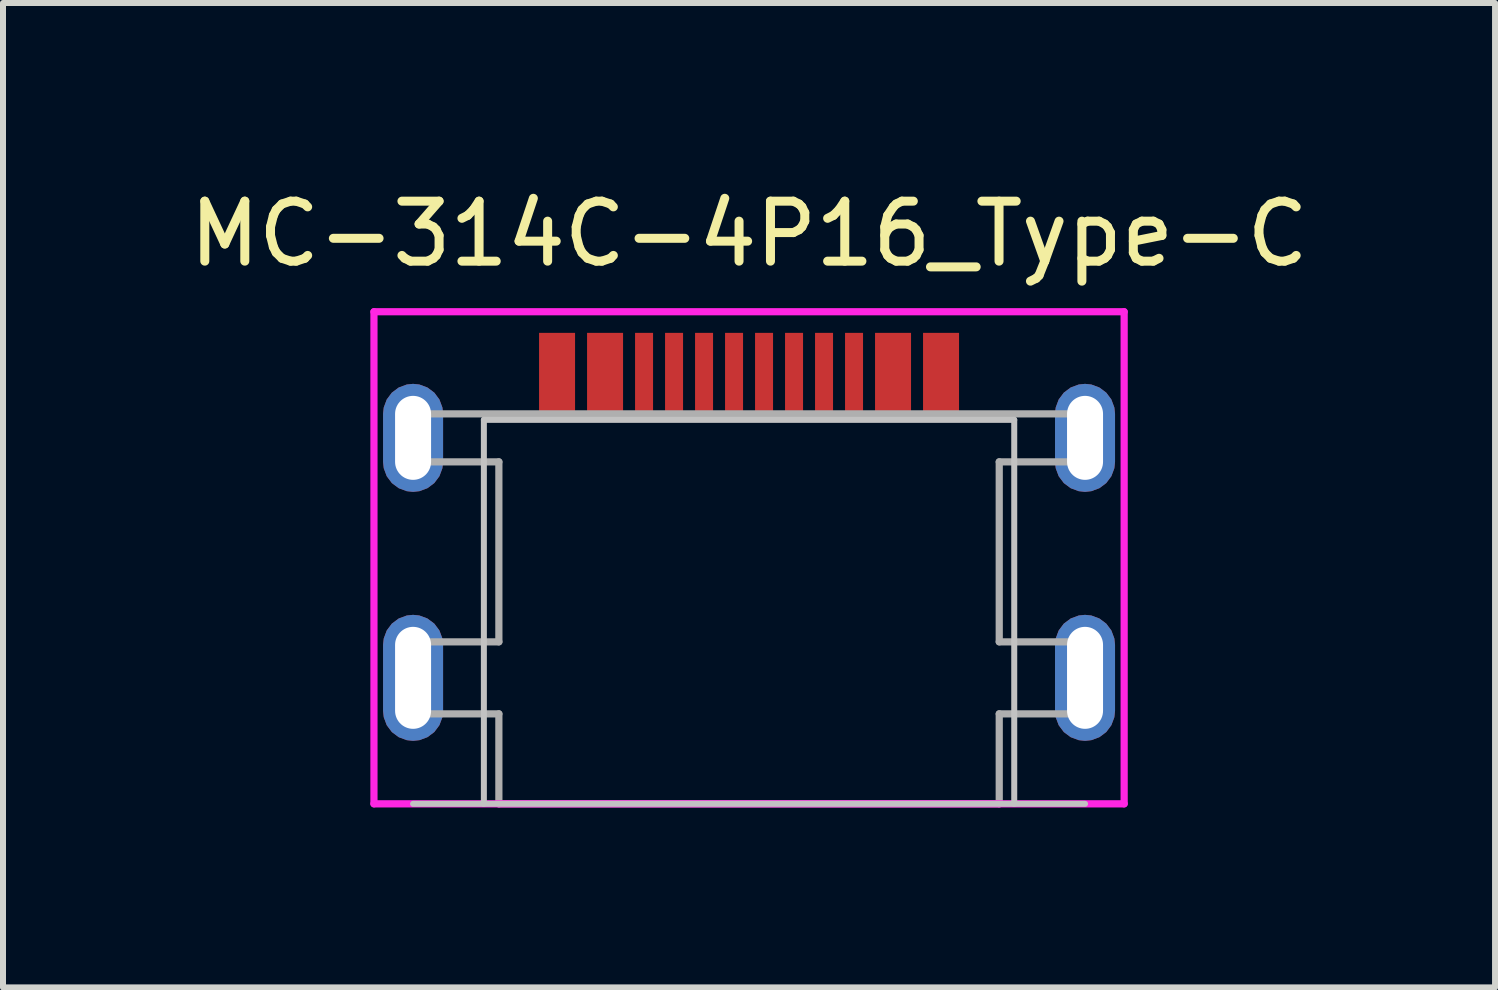
<source format=kicad_pcb>
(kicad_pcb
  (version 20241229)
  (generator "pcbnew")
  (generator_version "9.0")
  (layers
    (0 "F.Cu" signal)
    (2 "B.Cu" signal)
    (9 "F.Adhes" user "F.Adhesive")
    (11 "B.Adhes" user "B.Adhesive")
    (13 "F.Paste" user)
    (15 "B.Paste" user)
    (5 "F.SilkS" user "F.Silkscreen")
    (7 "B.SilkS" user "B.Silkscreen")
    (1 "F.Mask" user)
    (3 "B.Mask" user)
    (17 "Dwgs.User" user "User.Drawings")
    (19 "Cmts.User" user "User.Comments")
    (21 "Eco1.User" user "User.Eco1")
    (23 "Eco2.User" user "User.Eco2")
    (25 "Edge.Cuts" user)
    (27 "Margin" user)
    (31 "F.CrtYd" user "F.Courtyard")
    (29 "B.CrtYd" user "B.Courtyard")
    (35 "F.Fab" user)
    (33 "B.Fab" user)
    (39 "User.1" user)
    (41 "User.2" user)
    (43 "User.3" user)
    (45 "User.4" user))
  (footprint "MC-314C-4P16_Type-C"
    (layer "F.Cu")
    (at 9.435 7.098)
    (property "Reference" "MC-314C-4P16_Type-C" (at 0 -6.25 0) (layer "F.SilkS") (effects (font (size 1 1) (thickness 0.15))))
    (attr through_hole)
    (fp_line (start -5.6 3.25) (end 5.6 3.25) (stroke (width 0.1) (type solid)) (layer "Dwgs.User"))
    (fp_line (start -4.42 -3.15) (end -4.42 3.25) (stroke (width 0.1) (type solid)) (layer "Dwgs.User"))
    (fp_line (start -4.42 -3.15) (end 4.42 -3.15) (stroke (width 0.1) (type solid)) (layer "Dwgs.User"))
    (fp_line (start 4.42 -3.15) (end 4.42 3.25) (stroke (width 0.1) (type solid)) (layer "Dwgs.User"))
    (fp_line (start -6.252 -4.952) (end -6.252 3.25) (stroke (width 0.12) (type solid)) (layer "F.CrtYd"))
    (fp_line (start -6.252 -4.952) (end 6.252 -4.952) (stroke (width 0.12) (type solid)) (layer "F.CrtYd"))
    (fp_line (start -6.252 3.25) (end 6.252 3.25) (stroke (width 0.12) (type solid)) (layer "F.CrtYd"))
    (fp_line (start 6.252 -4.952) (end 6.252 3.25) (stroke (width 0.12) (type solid)) (layer "F.CrtYd"))
    (fp_line (start -5.6 -3.25) (end -5.6 -2.45) (stroke (width 0.12) (type solid)) (layer "F.Fab"))
    (fp_line (start -5.6 -3.25) (end 5.6 -3.25) (stroke (width 0.12) (type solid)) (layer "F.Fab"))
    (fp_line (start -5.6 -2.45) (end -4.17 -2.45) (stroke (width 0.12) (type solid)) (layer "F.Fab"))
    (fp_line (start -5.6 0.55) (end -5.6 1.75) (stroke (width 0.12) (type solid)) (layer "F.Fab"))
    (fp_line (start -5.6 0.55) (end -4.17 0.55) (stroke (width 0.12) (type solid)) (layer "F.Fab"))
    (fp_line (start -5.6 1.75) (end -4.17 1.75) (stroke (width 0.12) (type solid)) (layer "F.Fab"))
    (fp_line (start -4.17 -2.45) (end -4.17 0.55) (stroke (width 0.12) (type solid)) (layer "F.Fab"))
    (fp_line (start -4.17 1.75) (end -4.17 3.25) (stroke (width 0.12) (type solid)) (layer "F.Fab"))
    (fp_line (start -4.17 3.25) (end 4.17 3.25) (stroke (width 0.12) (type solid)) (layer "F.Fab"))
    (fp_line (start 4.17 -2.45) (end 4.17 0.55) (stroke (width 0.12) (type solid)) (layer "F.Fab"))
    (fp_line (start 4.17 -2.45) (end 5.6 -2.45) (stroke (width 0.12) (type solid)) (layer "F.Fab"))
    (fp_line (start 4.17 0.55) (end 5.6 0.55) (stroke (width 0.12) (type solid)) (layer "F.Fab"))
    (fp_line (start 4.17 1.75) (end 4.17 3.25) (stroke (width 0.12) (type solid)) (layer "F.Fab"))
    (fp_line (start 4.17 1.75) (end 5.6 1.75) (stroke (width 0.12) (type solid)) (layer "F.Fab"))
    (fp_line (start 5.6 -3.25) (end 5.6 -2.45) (stroke (width 0.12) (type solid)) (layer "F.Fab"))
    (fp_line (start 5.6 0.55) (end 5.6 1.75) (stroke (width 0.12) (type solid)) (layer "F.Fab"))
    (pad "A1B12" smd rect (at -3.2 -3.925) (size 0.6 1.35) (layers "F.Cu" "F.Mask" "F.Paste"))
    (pad "A4B9" smd rect (at -2.4 -3.925) (size 0.6 1.35) (layers "F.Cu" "F.Mask" "F.Paste"))
    (pad "A5" smd rect (at -1.25 -3.925) (size 0.3 1.35) (layers "F.Cu" "F.Mask" "F.Paste"))
    (pad "A6" smd rect (at -0.25 -3.925) (size 0.3 1.35) (layers "F.Cu" "F.Mask" "F.Paste"))
    (pad "A7" smd rect (at 0.25 -3.925) (size 0.3 1.35) (layers "F.Cu" "F.Mask" "F.Paste"))
    (pad "A8" smd rect (at -1.75 -3.925) (size 0.3 1.35) (layers "F.Cu" "F.Mask" "F.Paste"))
    (pad "B1A12" smd rect (at 3.2 -3.925) (size 0.6 1.35) (layers "F.Cu" "F.Mask" "F.Paste"))
    (pad "B4A9" smd rect (at 2.4 -3.925) (size 0.6 1.35) (layers "F.Cu" "F.Mask" "F.Paste"))
    (pad "B5" smd rect (at 1.75 -3.925) (size 0.3 1.35) (layers "F.Cu" "F.Mask" "F.Paste"))
    (pad "B6" smd rect (at 0.75 -3.925) (size 0.3 1.35) (layers "F.Cu" "F.Mask" "F.Paste"))
    (pad "B7" smd rect (at -0.75 -3.925) (size 0.3 1.35) (layers "F.Cu" "F.Mask" "F.Paste"))
    (pad "B8" smd rect (at 1.25 -3.925) (size 0.3 1.35) (layers "F.Cu" "F.Mask" "F.Paste"))
    (pad "S1" thru_hole roundrect (at -5.6 -2.85) (size 1 1.8) (drill oval 0.6 1.4) (layers "*.Cu" "*.Mask") (roundrect_rratio 0.5))
    (pad "S2" thru_hole roundrect (at 5.6 -2.85) (size 1 1.8) (drill oval 0.6 1.4) (layers "*.Cu" "*.Mask") (roundrect_rratio 0.5))
    (pad "S3" thru_hole roundrect (at 5.6 1.15) (size 1 2.1) (drill oval 0.6 1.7) (layers "*.Cu" "*.Mask") (roundrect_rratio 0.5))
    (pad "S4" thru_hole roundrect (at -5.6 1.15) (size 1 2.1) (drill oval 0.6 1.7) (layers "*.Cu" "*.Mask") (roundrect_rratio 0.5)))
  (gr_rect
    (start -3 -3)
    (end 21.869 13.408)
    (stroke (width 0.1) (type default))
    (fill no)
    (layer "Edge.Cuts")))
</source>
